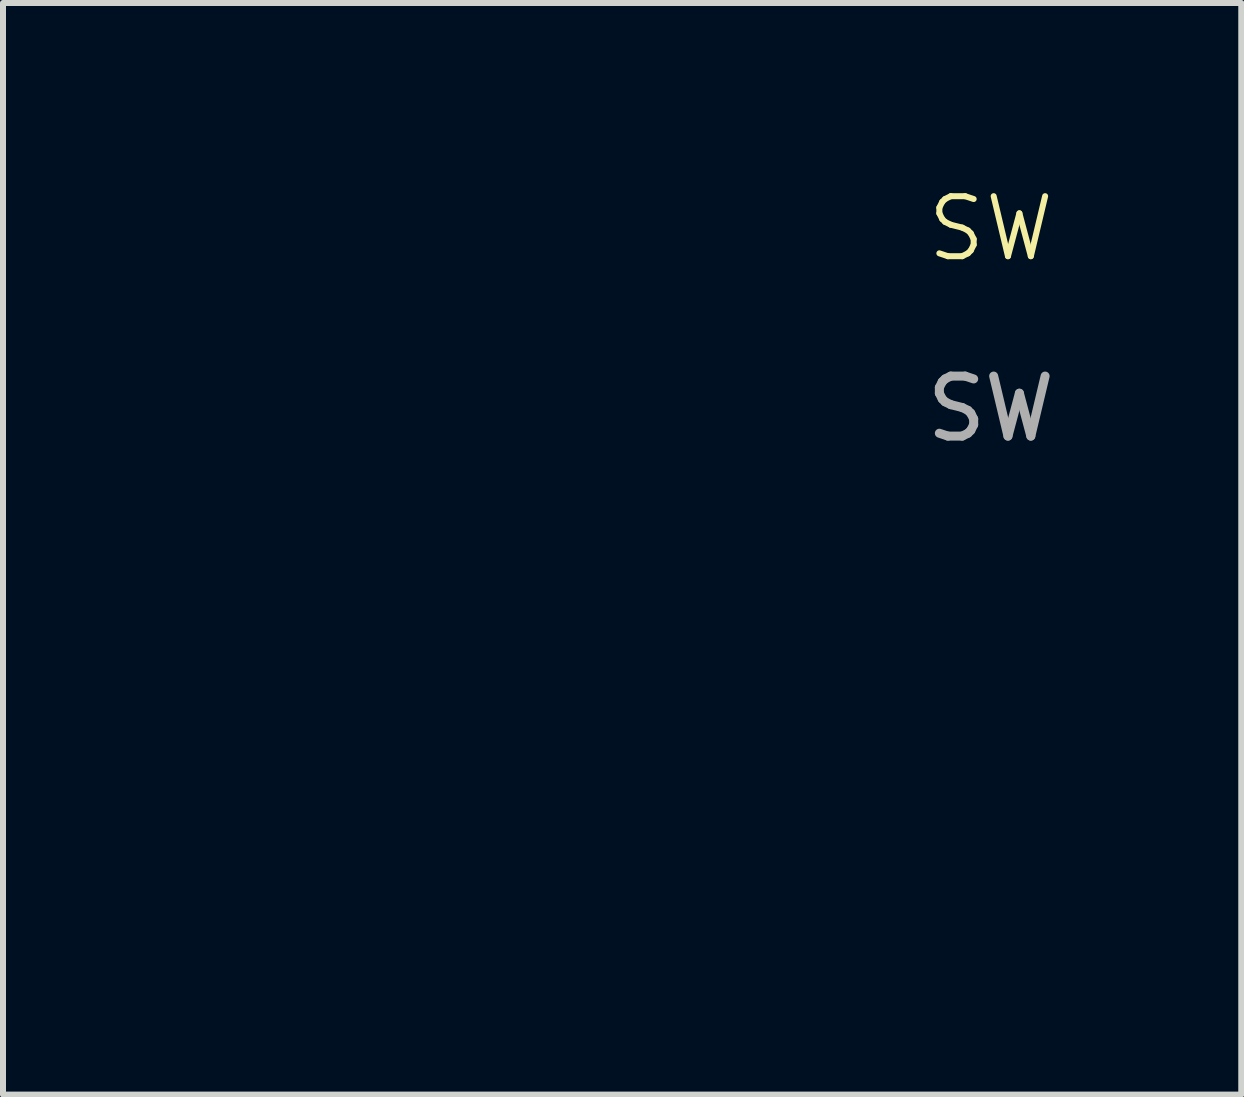
<source format=kicad_pcb>
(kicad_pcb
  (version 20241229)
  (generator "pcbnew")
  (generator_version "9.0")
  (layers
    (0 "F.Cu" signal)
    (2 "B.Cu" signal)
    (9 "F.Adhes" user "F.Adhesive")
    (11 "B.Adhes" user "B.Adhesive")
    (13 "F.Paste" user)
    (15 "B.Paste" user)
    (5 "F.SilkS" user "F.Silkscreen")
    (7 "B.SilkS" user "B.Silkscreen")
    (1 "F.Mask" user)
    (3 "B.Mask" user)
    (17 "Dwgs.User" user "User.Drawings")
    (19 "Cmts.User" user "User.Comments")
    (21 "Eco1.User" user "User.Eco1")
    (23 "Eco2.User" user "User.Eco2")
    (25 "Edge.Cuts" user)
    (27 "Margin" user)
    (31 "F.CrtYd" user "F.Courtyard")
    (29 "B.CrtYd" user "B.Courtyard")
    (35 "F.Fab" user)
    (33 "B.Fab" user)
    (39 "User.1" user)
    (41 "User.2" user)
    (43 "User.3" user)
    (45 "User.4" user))
  (footprint "SW"
    (layer "F.Cu")
    (at 0.25 11.937)
    (property "Reference" "SW" (at 13.208 -11.176 0) (unlocked yes) (layer "F.SilkS") (effects (font (size 1 1) (thickness 0.1))))
    (attr through_hole)
    (fp_text user "${REFERENCE}" (at 13.208 -8.176 0) (unlocked yes) (layer "F.Fab") (effects (font (size 1 1) (thickness 0.15)))))
  (gr_rect
    (start -3 -3)
    (end 17.631 15.187)
    (stroke (width 0.1) (type default))
    (fill no)
    (layer "Edge.Cuts")))
</source>
